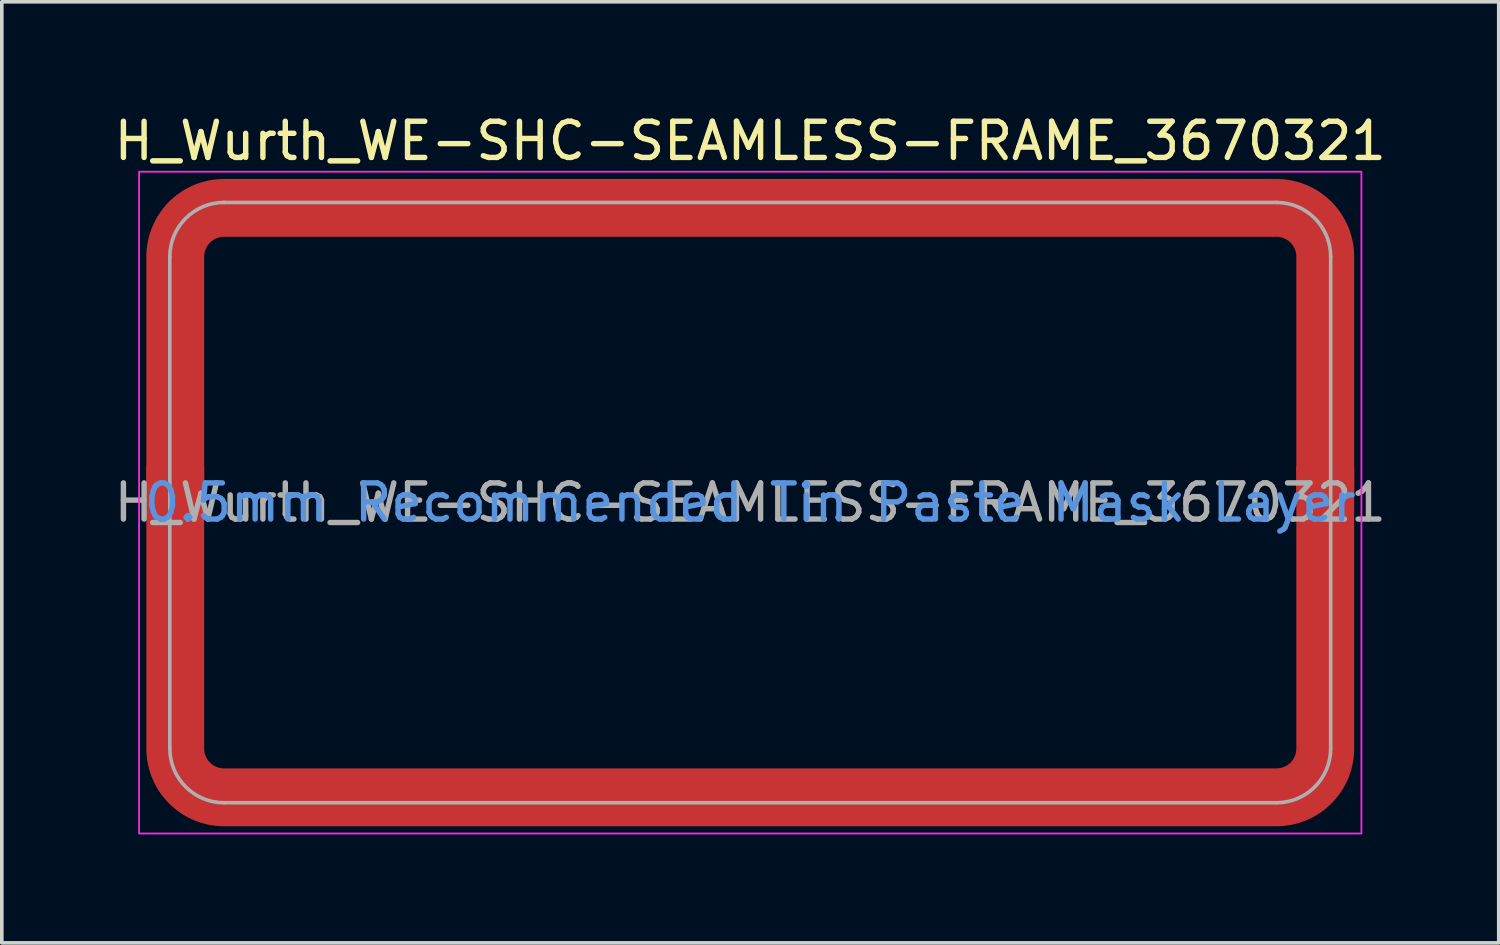
<source format=kicad_pcb>
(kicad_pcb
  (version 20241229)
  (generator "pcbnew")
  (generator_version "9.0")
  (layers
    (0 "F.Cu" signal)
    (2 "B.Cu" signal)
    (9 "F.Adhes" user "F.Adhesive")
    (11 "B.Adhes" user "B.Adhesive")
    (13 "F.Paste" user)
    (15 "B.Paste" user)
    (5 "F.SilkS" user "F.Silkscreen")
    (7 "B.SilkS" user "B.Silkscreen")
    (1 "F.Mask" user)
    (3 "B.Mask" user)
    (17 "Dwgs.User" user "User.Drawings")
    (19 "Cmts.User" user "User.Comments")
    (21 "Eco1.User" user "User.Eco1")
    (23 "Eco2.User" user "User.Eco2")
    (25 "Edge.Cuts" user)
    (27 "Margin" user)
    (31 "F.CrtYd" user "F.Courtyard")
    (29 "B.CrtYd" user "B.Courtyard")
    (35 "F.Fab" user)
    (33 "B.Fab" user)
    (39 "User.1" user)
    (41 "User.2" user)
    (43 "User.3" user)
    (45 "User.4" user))
  (footprint "H_Wurth_WE-SHC-SEAMLESS-FRAME_3670321"
    (layer "F.Cu")
    (at 17.696 10.848)
    (property "Reference" "H_Wurth_WE-SHC-SEAMLESS-FRAME_3670321" (at 0 -10 0) (unlocked yes) (layer "F.SilkS") (effects (font (size 1 1) (thickness 0.15))))
    (attr smd)
    (fp_poly (pts (xy -15.15 -0.25) (xy -16.65 -0.25) (xy -16.65 -6.8) (xy -16.647 -6.91) (xy -16.638 -7.02) (xy -16.624 -7.129) (xy -16.604 -7.237) (xy -16.578 -7.344) (xy -16.547 -7.449) (xy -16.511 -7.553) (xy -16.468 -7.654) (xy -16.421 -7.753) (xy -16.369 -7.85) (xy -16.311 -7.944) (xy -16.249 -8.034) (xy -16.182 -8.122) (xy -16.111 -8.205) (xy -16.035 -8.285) (xy -15.955 -8.361) (xy -15.872 -8.432) (xy -15.784 -8.499) (xy -15.694 -8.561) (xy -15.6 -8.619) (xy -15.503 -8.671) (xy -15.404 -8.718) (xy -15.303 -8.761) (xy -15.199 -8.797) (xy -15.094 -8.828) (xy -14.987 -8.854) (xy -14.879 -8.874) (xy -14.77 -8.888) (xy -14.66 -8.897) (xy -14.55 -8.9) (xy 14.55 -8.9) (xy 14.66 -8.897) (xy 14.77 -8.888) (xy 14.879 -8.874) (xy 14.987 -8.854) (xy 15.094 -8.828) (xy 15.199 -8.797) (xy 15.303 -8.761) (xy 15.404 -8.718) (xy 15.503 -8.671) (xy 15.6 -8.619) (xy 15.694 -8.561) (xy 15.784 -8.499) (xy 15.872 -8.432) (xy 15.955 -8.361) (xy 16.035 -8.285) (xy 16.111 -8.205) (xy 16.182 -8.122) (xy 16.249 -8.034) (xy 16.311 -7.944) (xy 16.369 -7.85) (xy 16.421 -7.753) (xy 16.468 -7.654) (xy 16.511 -7.553) (xy 16.547 -7.449) (xy 16.578 -7.344) (xy 16.604 -7.237) (xy 16.624 -7.129) (xy 16.638 -7.02) (xy 16.647 -6.91) (xy 16.65 -6.8) (xy 16.65 -0.25) (xy 15.15 -0.25) (xy 15.15 -6.8) (xy 15.149 -6.831) (xy 15.147 -6.863) (xy 15.143 -6.894) (xy 15.137 -6.925) (xy 15.13 -6.955) (xy 15.121 -6.985) (xy 15.11 -7.015) (xy 15.098 -7.044) (xy 15.085 -7.072) (xy 15.07 -7.1) (xy 15.053 -7.127) (xy 15.035 -7.153) (xy 15.016 -7.178) (xy 14.996 -7.201) (xy 14.974 -7.224) (xy 14.951 -7.246) (xy 14.928 -7.266) (xy 14.903 -7.285) (xy 14.877 -7.303) (xy 14.85 -7.32) (xy 14.822 -7.335) (xy 14.794 -7.348) (xy 14.765 -7.36) (xy 14.735 -7.371) (xy 14.705 -7.38) (xy 14.675 -7.387) (xy 14.644 -7.393) (xy 14.613 -7.397) (xy 14.581 -7.399) (xy 14.55 -7.4) (xy -14.55 -7.4) (xy -14.581 -7.399) (xy -14.613 -7.397) (xy -14.644 -7.393) (xy -14.675 -7.387) (xy -14.705 -7.38) (xy -14.735 -7.371) (xy -14.765 -7.36) (xy -14.794 -7.348) (xy -14.822 -7.335) (xy -14.85 -7.32) (xy -14.877 -7.303) (xy -14.903 -7.285) (xy -14.928 -7.266) (xy -14.951 -7.246) (xy -14.974 -7.224) (xy -14.996 -7.201) (xy -15.016 -7.178) (xy -15.035 -7.153) (xy -15.053 -7.127) (xy -15.07 -7.1) (xy -15.085 -7.072) (xy -15.098 -7.044) (xy -15.11 -7.015) (xy -15.121 -6.985) (xy -15.13 -6.955) (xy -15.137 -6.925) (xy -15.143 -6.894) (xy -15.147 -6.863) (xy -15.149 -6.831) (xy -15.15 -6.8) (xy -15.15 -0.25)) (stroke (width 0.1) (type solid)) (fill yes) (layer "F.Cu"))
    (fp_poly (pts (xy -15.15 -0.25) (xy -16.65 -0.25) (xy -16.65 -6.8) (xy -16.647 -6.91) (xy -16.638 -7.02) (xy -16.624 -7.129) (xy -16.604 -7.237) (xy -16.578 -7.344) (xy -16.547 -7.449) (xy -16.511 -7.553) (xy -16.468 -7.654) (xy -16.421 -7.753) (xy -16.369 -7.85) (xy -16.311 -7.944) (xy -16.249 -8.034) (xy -16.182 -8.122) (xy -16.111 -8.205) (xy -16.035 -8.285) (xy -15.955 -8.361) (xy -15.872 -8.432) (xy -15.784 -8.499) (xy -15.694 -8.561) (xy -15.6 -8.619) (xy -15.503 -8.671) (xy -15.404 -8.718) (xy -15.303 -8.761) (xy -15.199 -8.797) (xy -15.094 -8.828) (xy -14.987 -8.854) (xy -14.879 -8.874) (xy -14.77 -8.888) (xy -14.66 -8.897) (xy -14.55 -8.9) (xy 14.55 -8.9) (xy 14.66 -8.897) (xy 14.77 -8.888) (xy 14.879 -8.874) (xy 14.987 -8.854) (xy 15.094 -8.828) (xy 15.199 -8.797) (xy 15.303 -8.761) (xy 15.404 -8.718) (xy 15.503 -8.671) (xy 15.6 -8.619) (xy 15.694 -8.561) (xy 15.784 -8.499) (xy 15.872 -8.432) (xy 15.955 -8.361) (xy 16.035 -8.285) (xy 16.111 -8.205) (xy 16.182 -8.122) (xy 16.249 -8.034) (xy 16.311 -7.944) (xy 16.369 -7.85) (xy 16.421 -7.753) (xy 16.468 -7.654) (xy 16.511 -7.553) (xy 16.547 -7.449) (xy 16.578 -7.344) (xy 16.604 -7.237) (xy 16.624 -7.129) (xy 16.638 -7.02) (xy 16.647 -6.91) (xy 16.65 -6.8) (xy 16.65 -0.25) (xy 15.15 -0.25) (xy 15.15 -6.8) (xy 15.149 -6.831) (xy 15.147 -6.863) (xy 15.143 -6.894) (xy 15.137 -6.925) (xy 15.13 -6.955) (xy 15.121 -6.985) (xy 15.11 -7.015) (xy 15.098 -7.044) (xy 15.085 -7.072) (xy 15.07 -7.1) (xy 15.053 -7.127) (xy 15.035 -7.153) (xy 15.016 -7.178) (xy 14.996 -7.201) (xy 14.974 -7.224) (xy 14.951 -7.246) (xy 14.928 -7.266) (xy 14.903 -7.285) (xy 14.877 -7.303) (xy 14.85 -7.32) (xy 14.822 -7.335) (xy 14.794 -7.348) (xy 14.765 -7.36) (xy 14.735 -7.371) (xy 14.705 -7.38) (xy 14.675 -7.387) (xy 14.644 -7.393) (xy 14.613 -7.397) (xy 14.581 -7.399) (xy 14.55 -7.4) (xy -14.55 -7.4) (xy -14.581 -7.399) (xy -14.613 -7.397) (xy -14.644 -7.393) (xy -14.675 -7.387) (xy -14.705 -7.38) (xy -14.735 -7.371) (xy -14.765 -7.36) (xy -14.794 -7.348) (xy -14.822 -7.335) (xy -14.85 -7.32) (xy -14.877 -7.303) (xy -14.903 -7.285) (xy -14.928 -7.266) (xy -14.951 -7.246) (xy -14.974 -7.224) (xy -14.996 -7.201) (xy -15.016 -7.178) (xy -15.035 -7.153) (xy -15.053 -7.127) (xy -15.07 -7.1) (xy -15.085 -7.072) (xy -15.098 -7.044) (xy -15.11 -7.015) (xy -15.121 -6.985) (xy -15.13 -6.955) (xy -15.137 -6.925) (xy -15.143 -6.894) (xy -15.147 -6.863) (xy -15.149 -6.831) (xy -15.15 -6.8) (xy -15.15 -0.25)) (stroke (width 0.1) (type solid)) (fill yes) (layer "F.Mask"))
    (fp_poly (pts (xy -15.15 -0.25) (xy -16.65 -0.25) (xy -16.65 -6.8) (xy -16.647 -6.91) (xy -16.638 -7.02) (xy -16.624 -7.129) (xy -16.604 -7.237) (xy -16.578 -7.344) (xy -16.547 -7.449) (xy -16.511 -7.553) (xy -16.468 -7.654) (xy -16.421 -7.753) (xy -16.369 -7.85) (xy -16.311 -7.944) (xy -16.249 -8.034) (xy -16.182 -8.122) (xy -16.111 -8.205) (xy -16.035 -8.285) (xy -15.955 -8.361) (xy -15.872 -8.432) (xy -15.784 -8.499) (xy -15.694 -8.561) (xy -15.6 -8.619) (xy -15.503 -8.671) (xy -15.404 -8.718) (xy -15.303 -8.761) (xy -15.199 -8.797) (xy -15.094 -8.828) (xy -14.987 -8.854) (xy -14.879 -8.874) (xy -14.77 -8.888) (xy -14.66 -8.897) (xy -14.55 -8.9) (xy 14.55 -8.9) (xy 14.66 -8.897) (xy 14.77 -8.888) (xy 14.879 -8.874) (xy 14.987 -8.854) (xy 15.094 -8.828) (xy 15.199 -8.797) (xy 15.303 -8.761) (xy 15.404 -8.718) (xy 15.503 -8.671) (xy 15.6 -8.619) (xy 15.694 -8.561) (xy 15.784 -8.499) (xy 15.872 -8.432) (xy 15.955 -8.361) (xy 16.035 -8.285) (xy 16.111 -8.205) (xy 16.182 -8.122) (xy 16.249 -8.034) (xy 16.311 -7.944) (xy 16.369 -7.85) (xy 16.421 -7.753) (xy 16.468 -7.654) (xy 16.511 -7.553) (xy 16.547 -7.449) (xy 16.578 -7.344) (xy 16.604 -7.237) (xy 16.624 -7.129) (xy 16.638 -7.02) (xy 16.647 -6.91) (xy 16.65 -6.8) (xy 16.65 -0.25) (xy 15.15 -0.25) (xy 15.15 -6.8) (xy 15.149 -6.831) (xy 15.147 -6.863) (xy 15.143 -6.894) (xy 15.137 -6.925) (xy 15.13 -6.955) (xy 15.121 -6.985) (xy 15.11 -7.015) (xy 15.098 -7.044) (xy 15.085 -7.072) (xy 15.07 -7.1) (xy 15.053 -7.127) (xy 15.035 -7.153) (xy 15.016 -7.178) (xy 14.996 -7.201) (xy 14.974 -7.224) (xy 14.951 -7.246) (xy 14.928 -7.266) (xy 14.903 -7.285) (xy 14.877 -7.303) (xy 14.85 -7.32) (xy 14.822 -7.335) (xy 14.794 -7.348) (xy 14.765 -7.36) (xy 14.735 -7.371) (xy 14.705 -7.38) (xy 14.675 -7.387) (xy 14.644 -7.393) (xy 14.613 -7.397) (xy 14.581 -7.399) (xy 14.55 -7.4) (xy -14.55 -7.4) (xy -14.581 -7.399) (xy -14.613 -7.397) (xy -14.644 -7.393) (xy -14.675 -7.387) (xy -14.705 -7.38) (xy -14.735 -7.371) (xy -14.765 -7.36) (xy -14.794 -7.348) (xy -14.822 -7.335) (xy -14.85 -7.32) (xy -14.877 -7.303) (xy -14.903 -7.285) (xy -14.928 -7.266) (xy -14.951 -7.246) (xy -14.974 -7.224) (xy -14.996 -7.201) (xy -15.016 -7.178) (xy -15.035 -7.153) (xy -15.053 -7.127) (xy -15.07 -7.1) (xy -15.085 -7.072) (xy -15.098 -7.044) (xy -15.11 -7.015) (xy -15.121 -6.985) (xy -15.13 -6.955) (xy -15.137 -6.925) (xy -15.143 -6.894) (xy -15.147 -6.863) (xy -15.149 -6.831) (xy -15.15 -6.8) (xy -15.15 -0.25)) (stroke (width 0.1) (type solid)) (fill yes) (layer "F.Paste"))
    (fp_rect (start -16.9 -9.15) (end 16.9 9.15) (stroke (width 0.05) (type solid)) (fill no) (layer "F.CrtYd"))
    (fp_line (start -16.05 6.8) (end -16.05 -6.8) (stroke (width 0.1) (type solid)) (layer "F.Fab"))
    (fp_line (start -14.55 -8.3) (end 14.55 -8.3) (stroke (width 0.1) (type solid)) (layer "F.Fab"))
    (fp_line (start -14.55 8.3) (end 14.55 8.3) (stroke (width 0.1) (type solid)) (layer "F.Fab"))
    (fp_line (start 16.05 6.8) (end 16.05 -6.8) (stroke (width 0.1) (type solid)) (layer "F.Fab"))
    (fp_arc (start -16.05 -6.8) (mid -15.61066 -7.86066) (end -14.55 -8.3) (stroke (width 0.1) (type default)) (layer "F.Fab"))
    (fp_arc (start -14.55 8.3) (mid -15.61066 7.86066) (end -16.05 6.8) (stroke (width 0.1) (type default)) (layer "F.Fab"))
    (fp_arc (start 14.55 -8.3) (mid 15.61066 -7.86066) (end 16.05 -6.8) (stroke (width 0.1) (type default)) (layer "F.Fab"))
    (fp_arc (start 16.05 6.8) (mid 15.61066 7.86066) (end 14.55 8.3) (stroke (width 0.1) (type default)) (layer "F.Fab"))
    (fp_text user "0.5mm Recommended Tin Paste Mask Layer" (at 0 0 0) (unlocked yes) (layer "Cmts.User") (effects (font (size 1 1) (thickness 0.15))))
    (fp_text user "${REFERENCE}" (at 0 0 0) (unlocked yes) (layer "F.Fab") (effects (font (size 1 1) (thickness 0.15))))
    (pad "1" smd custom (at 15.9 0) (size 1.5 13.6) (layers "F.Cu" "F.Mask" "F.Paste") (options (anchor rect)) (primitives (gr_poly (pts (xy -0.75 -1) (xy 0.75 -1) (xy 0.75 6.8) (xy 0.747 6.91) (xy 0.738 7.02) (xy 0.724 7.129) (xy 0.704 7.237) (xy 0.678 7.344) (xy 0.647 7.449) (xy 0.611 7.553) (xy 0.568 7.654) (xy 0.521 7.753) (xy 0.469 7.85) (xy 0.411 7.944) (xy 0.349 8.034) (xy 0.282 8.122) (xy 0.211 8.205) (xy 0.135 8.285) (xy 0.055 8.361) (xy -0.028 8.432) (xy -0.116 8.499) (xy -0.206 8.561) (xy -0.3 8.619) (xy -0.397 8.671) (xy -0.496 8.718) (xy -0.597 8.761) (xy -0.701 8.797) (xy -0.806 8.828) (xy -0.913 8.854) (xy -1.021 8.874) (xy -1.13 8.888) (xy -1.24 8.897) (xy -1.35 8.9) (xy -30.45 8.9) (xy -30.56 8.897) (xy -30.67 8.888) (xy -30.779 8.874) (xy -30.887 8.854) (xy -30.994 8.828) (xy -31.099 8.797) (xy -31.203 8.761) (xy -31.304 8.718) (xy -31.403 8.671) (xy -31.5 8.619) (xy -31.594 8.561) (xy -31.684 8.499) (xy -31.772 8.432) (xy -31.855 8.361) (xy -31.935 8.285) (xy -32.011 8.205) (xy -32.082 8.122) (xy -32.149 8.034) (xy -32.211 7.944) (xy -32.269 7.85) (xy -32.321 7.753) (xy -32.368 7.654) (xy -32.411 7.553) (xy -32.447 7.449) (xy -32.478 7.344) (xy -32.504 7.237) (xy -32.524 7.129) (xy -32.538 7.02) (xy -32.547 6.91) (xy -32.55 6.8) (xy -32.55 -1) (xy -31.05 -1) (xy -31.05 6.8) (xy -31.049 6.831) (xy -31.047 6.863) (xy -31.043 6.894) (xy -31.037 6.925) (xy -31.03 6.955) (xy -31.021 6.985) (xy -31.01 7.015) (xy -30.998 7.044) (xy -30.985 7.072) (xy -30.97 7.1) (xy -30.953 7.127) (xy -30.935 7.153) (xy -30.916 7.178) (xy -30.896 7.201) (xy -30.874 7.224) (xy -30.851 7.246) (xy -30.828 7.266) (xy -30.803 7.285) (xy -30.777 7.303) (xy -30.75 7.32) (xy -30.722 7.335) (xy -30.694 7.348) (xy -30.665 7.36) (xy -30.635 7.371) (xy -30.605 7.38) (xy -30.575 7.387) (xy -30.544 7.393) (xy -30.513 7.397) (xy -30.481 7.399) (xy -30.45 7.4) (xy -1.35 7.4) (xy -1.319 7.399) (xy -1.287 7.397) (xy -1.256 7.393) (xy -1.225 7.387) (xy -1.195 7.38) (xy -1.165 7.371) (xy -1.135 7.36) (xy -1.106 7.348) (xy -1.078 7.335) (xy -1.05 7.32) (xy -1.023 7.303) (xy -0.997 7.285) (xy -0.972 7.266) (xy -0.949 7.246) (xy -0.926 7.224) (xy -0.904 7.201) (xy -0.884 7.178) (xy -0.865 7.153) (xy -0.847 7.127) (xy -0.83 7.1) (xy -0.815 7.072) (xy -0.802 7.044) (xy -0.79 7.015) (xy -0.779 6.985) (xy -0.77 6.955) (xy -0.763 6.925) (xy -0.757 6.894) (xy -0.753 6.863) (xy -0.751 6.831) (xy -0.75 6.8) (xy -0.75 -1)) (width 0.1) (fill yes)))))
  (gr_rect
    (start -3 -3)
    (end 38.393 23.023)
    (stroke (width 0.1) (type default))
    (fill no)
    (layer "Edge.Cuts")))
</source>
